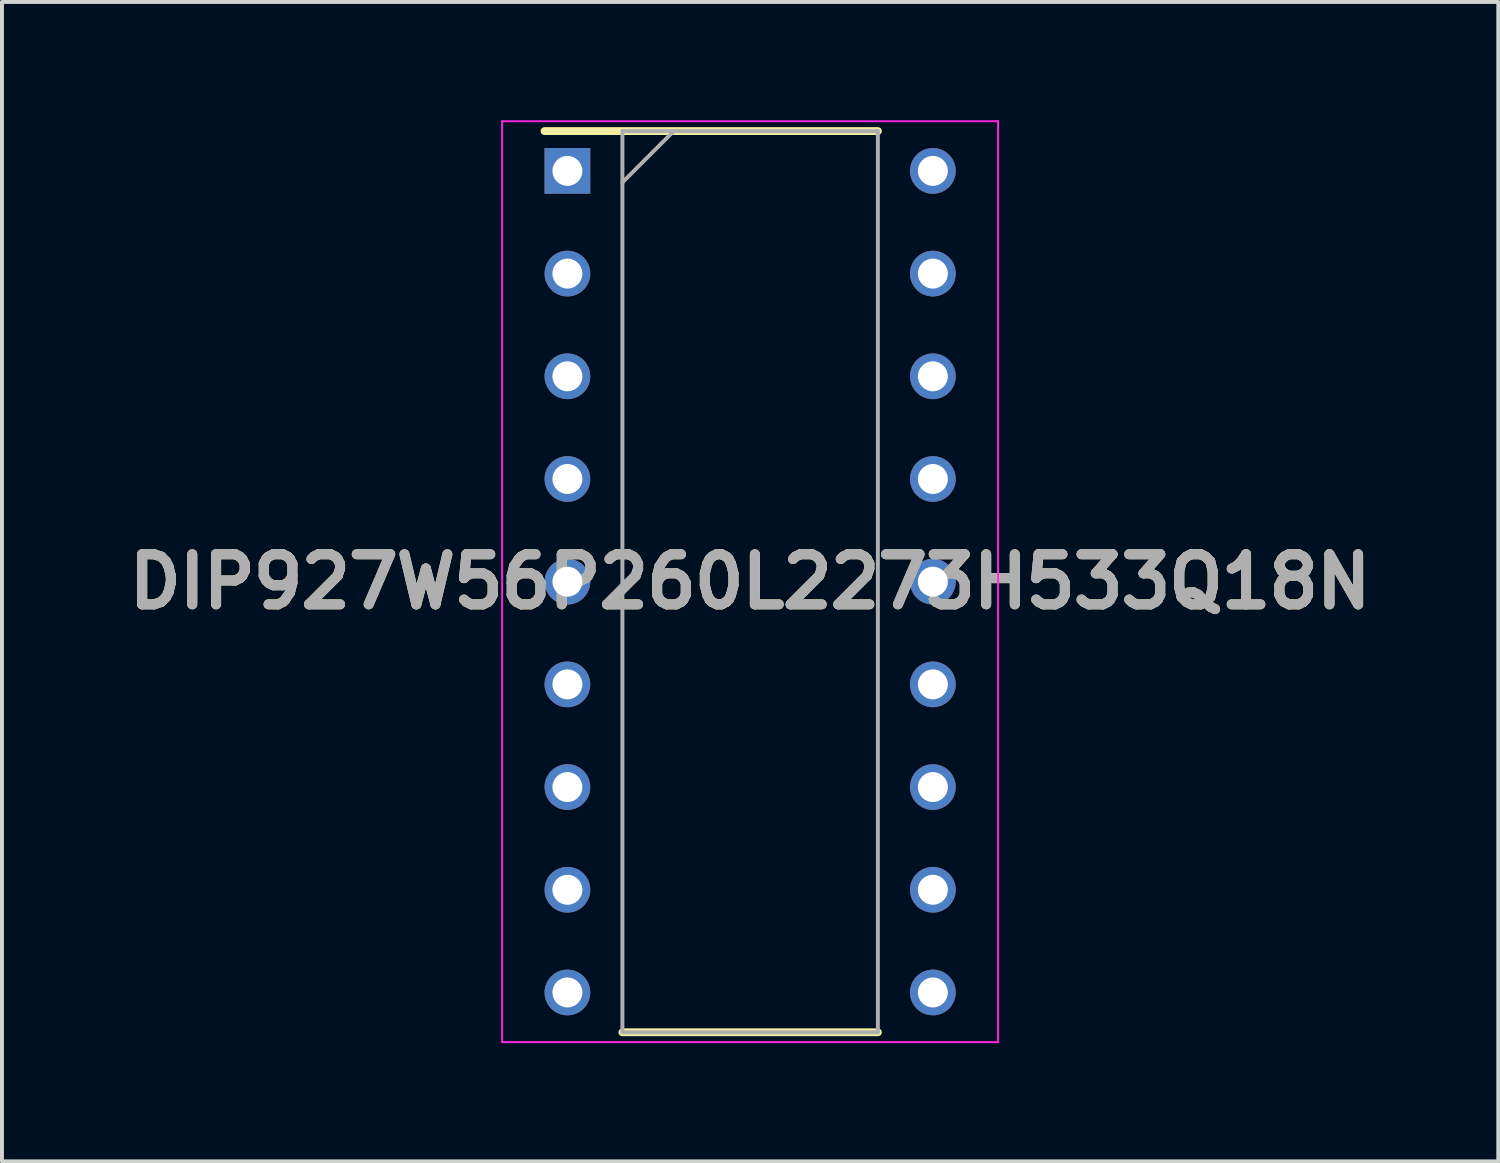
<source format=kicad_pcb>
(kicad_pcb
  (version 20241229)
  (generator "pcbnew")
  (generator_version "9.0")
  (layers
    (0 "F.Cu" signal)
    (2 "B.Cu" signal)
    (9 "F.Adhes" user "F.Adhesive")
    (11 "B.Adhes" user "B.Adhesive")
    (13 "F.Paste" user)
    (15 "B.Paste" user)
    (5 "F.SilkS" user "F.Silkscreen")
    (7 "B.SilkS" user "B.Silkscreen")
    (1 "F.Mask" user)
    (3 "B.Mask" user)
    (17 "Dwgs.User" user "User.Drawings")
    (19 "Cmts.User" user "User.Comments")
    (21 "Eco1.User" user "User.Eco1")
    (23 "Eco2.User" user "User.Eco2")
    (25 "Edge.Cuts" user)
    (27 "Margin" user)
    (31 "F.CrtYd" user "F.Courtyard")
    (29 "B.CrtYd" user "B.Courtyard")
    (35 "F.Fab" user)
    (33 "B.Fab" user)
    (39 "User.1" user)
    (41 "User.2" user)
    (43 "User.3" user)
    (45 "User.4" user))
  (footprint "DIP927W56P260L2273H533Q18N"
    (layer "F.Cu")
    (at 15.978 11.705)
    (property "Reference" "DIP927W56P260L2273H533Q18N" (at 0 0 0) (layer "F.SilkS") (effects (font (size 1.27 1.27) (thickness 0.254))))
    (attr through_hole)
    (fp_line (start -5.215 -11.43) (end 3.24 -11.43) (stroke (width 0.2) (type solid)) (layer "F.SilkS"))
    (fp_line (start -3.24 11.43) (end 3.24 11.43) (stroke (width 0.2) (type solid)) (layer "F.SilkS"))
    (fp_line (start -6.29 -11.68) (end 6.29 -11.68) (stroke (width 0.05) (type solid)) (layer "F.CrtYd"))
    (fp_line (start -6.29 11.68) (end -6.29 -11.68) (stroke (width 0.05) (type solid)) (layer "F.CrtYd"))
    (fp_line (start 6.29 -11.68) (end 6.29 11.68) (stroke (width 0.05) (type solid)) (layer "F.CrtYd"))
    (fp_line (start 6.29 11.68) (end -6.29 11.68) (stroke (width 0.05) (type solid)) (layer "F.CrtYd"))
    (fp_line (start -3.24 -11.43) (end 3.24 -11.43) (stroke (width 0.1) (type solid)) (layer "F.Fab"))
    (fp_line (start -3.24 -10.128) (end -1.938 -11.43) (stroke (width 0.1) (type solid)) (layer "F.Fab"))
    (fp_line (start -3.24 11.43) (end -3.24 -11.43) (stroke (width 0.1) (type solid)) (layer "F.Fab"))
    (fp_line (start 3.24 -11.43) (end 3.24 11.43) (stroke (width 0.1) (type solid)) (layer "F.Fab"))
    (fp_line (start 3.24 11.43) (end -3.24 11.43) (stroke (width 0.1) (type solid)) (layer "F.Fab"))
    (fp_text user "${REFERENCE}" (at 0 0 0) (layer "F.Fab") (effects (font (size 1.27 1.27) (thickness 0.254))))
    (pad "1" thru_hole rect (at -4.635 -10.42) (size 1.16 1.16) (drill 0.76) (layers "*.Cu" "*.Mask"))
    (pad "2" thru_hole circle (at -4.635 -7.815) (size 1.16 1.16) (drill 0.76) (layers "*.Cu" "*.Mask"))
    (pad "3" thru_hole circle (at -4.635 -5.21) (size 1.16 1.16) (drill 0.76) (layers "*.Cu" "*.Mask"))
    (pad "4" thru_hole circle (at -4.635 -2.605) (size 1.16 1.16) (drill 0.76) (layers "*.Cu" "*.Mask"))
    (pad "5" thru_hole circle (at -4.635 0) (size 1.16 1.16) (drill 0.76) (layers "*.Cu" "*.Mask"))
    (pad "6" thru_hole circle (at -4.635 2.605) (size 1.16 1.16) (drill 0.76) (layers "*.Cu" "*.Mask"))
    (pad "7" thru_hole circle (at -4.635 5.21) (size 1.16 1.16) (drill 0.76) (layers "*.Cu" "*.Mask"))
    (pad "8" thru_hole circle (at -4.635 7.815) (size 1.16 1.16) (drill 0.76) (layers "*.Cu" "*.Mask"))
    (pad "9" thru_hole circle (at -4.635 10.42) (size 1.16 1.16) (drill 0.76) (layers "*.Cu" "*.Mask"))
    (pad "10" thru_hole circle (at 4.635 10.42) (size 1.16 1.16) (drill 0.76) (layers "*.Cu" "*.Mask"))
    (pad "11" thru_hole circle (at 4.635 7.815) (size 1.16 1.16) (drill 0.76) (layers "*.Cu" "*.Mask"))
    (pad "12" thru_hole circle (at 4.635 5.21) (size 1.16 1.16) (drill 0.76) (layers "*.Cu" "*.Mask"))
    (pad "13" thru_hole circle (at 4.635 2.605) (size 1.16 1.16) (drill 0.76) (layers "*.Cu" "*.Mask"))
    (pad "14" thru_hole circle (at 4.635 0) (size 1.16 1.16) (drill 0.76) (layers "*.Cu" "*.Mask"))
    (pad "15" thru_hole circle (at 4.635 -2.605) (size 1.16 1.16) (drill 0.76) (layers "*.Cu" "*.Mask"))
    (pad "16" thru_hole circle (at 4.635 -5.21) (size 1.16 1.16) (drill 0.76) (layers "*.Cu" "*.Mask"))
    (pad "17" thru_hole circle (at 4.635 -7.815) (size 1.16 1.16) (drill 0.76) (layers "*.Cu" "*.Mask"))
    (pad "18" thru_hole circle (at 4.635 -10.42) (size 1.16 1.16) (drill 0.76) (layers "*.Cu" "*.Mask")))
  (gr_rect
    (start -3 -3)
    (end 34.956 26.41)
    (stroke (width 0.1) (type default))
    (fill no)
    (layer "Edge.Cuts")))
</source>
